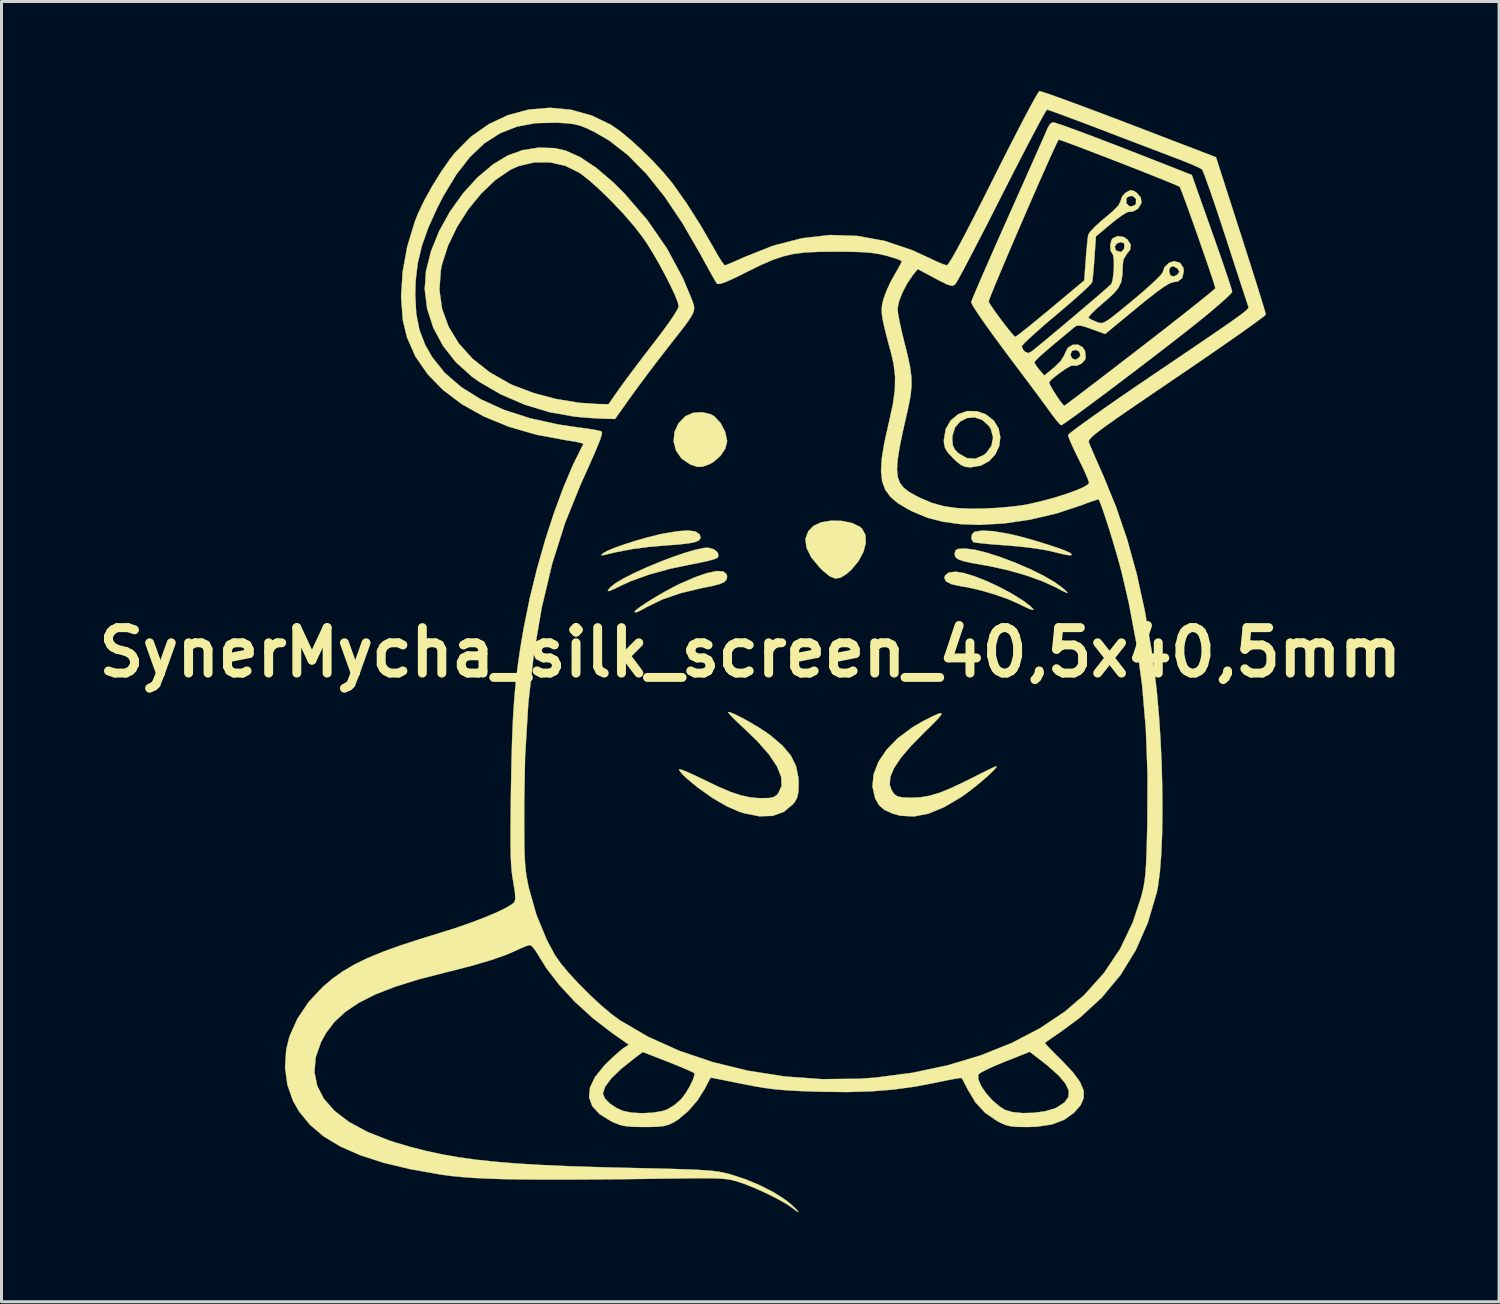
<source format=kicad_pcb>
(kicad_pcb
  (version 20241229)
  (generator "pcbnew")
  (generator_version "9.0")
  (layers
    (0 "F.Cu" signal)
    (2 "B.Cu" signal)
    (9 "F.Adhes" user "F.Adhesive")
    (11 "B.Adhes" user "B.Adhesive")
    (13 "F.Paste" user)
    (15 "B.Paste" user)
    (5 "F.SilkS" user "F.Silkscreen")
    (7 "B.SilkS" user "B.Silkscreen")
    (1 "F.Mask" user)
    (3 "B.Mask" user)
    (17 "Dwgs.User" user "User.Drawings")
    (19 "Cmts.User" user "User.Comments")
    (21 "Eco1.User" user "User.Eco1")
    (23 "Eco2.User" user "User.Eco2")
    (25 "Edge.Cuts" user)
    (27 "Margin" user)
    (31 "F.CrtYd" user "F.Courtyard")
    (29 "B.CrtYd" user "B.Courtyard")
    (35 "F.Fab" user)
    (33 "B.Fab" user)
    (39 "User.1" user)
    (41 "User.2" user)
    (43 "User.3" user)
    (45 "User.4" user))
  (footprint "SynerMycha_silk_screen_40,5x40,5mm"
    (layer "F.Cu")
    (at 22.105 18.828)
    (property "Reference" "SynerMycha_silk_screen_40,5x40,5mm" (at 0 0 0) (layer "F.SilkS") (effects (font (size 1.524 1.524) (thickness 0.3))))
    (attr through_hole)
    (fp_poly (pts (xy -1.324 -7.989) (xy -1.212 -7.924) (xy -0.995 -7.695) (xy -0.839 -7.395) (xy -0.776 -7.089) (xy -0.776 -7.079) (xy -0.838 -6.835) (xy -1.001 -6.591) (xy -1.234 -6.388) (xy -1.388 -6.305) (xy -1.602 -6.23) (xy -1.77 -6.224) (xy -1.967 -6.288) (xy -2.017 -6.309) (xy -2.302 -6.501) (xy -2.487 -6.764) (xy -2.568 -7.069) (xy -2.543 -7.386) (xy -2.409 -7.684) (xy -2.175 -7.925) (xy -1.917 -8.037) (xy -1.612 -8.058) (xy -1.324 -7.989)) (stroke (width 0.01) (type solid)) (fill yes) (layer "F.SilkS"))
    (fp_poly (pts (xy 3.062 -4.414) (xy 3.398 -4.347) (xy 3.667 -4.222) (xy 3.743 -4.159) (xy 3.861 -3.948) (xy 3.875 -3.678) (xy 3.795 -3.375) (xy 3.629 -3.065) (xy 3.387 -2.774) (xy 3.218 -2.627) (xy 3.023 -2.507) (xy 2.846 -2.482) (xy 2.659 -2.56) (xy 2.432 -2.746) (xy 2.337 -2.84) (xy 2.046 -3.189) (xy 1.884 -3.515) (xy 1.849 -3.811) (xy 1.945 -4.069) (xy 2.118 -4.245) (xy 2.376 -4.366) (xy 2.706 -4.421) (xy 3.062 -4.414)) (stroke (width 0.01) (type solid)) (fill yes) (layer "F.SilkS"))
    (fp_poly (pts (xy 6.888 -2.709) (xy 7.166 -2.665) (xy 7.526 -2.554) (xy 7.937 -2.391) (xy 8.365 -2.191) (xy 8.779 -1.969) (xy 9.145 -1.74) (xy 9.356 -1.583) (xy 9.481 -1.468) (xy 9.487 -1.425) (xy 9.378 -1.454) (xy 9.157 -1.555) (xy 9.017 -1.625) (xy 8.659 -1.784) (xy 8.216 -1.941) (xy 7.744 -2.08) (xy 7.296 -2.184) (xy 7.079 -2.22) (xy 6.755 -2.287) (xy 6.563 -2.383) (xy 6.505 -2.505) (xy 6.536 -2.589) (xy 6.658 -2.684) (xy 6.88 -2.709) (xy 6.888 -2.709)) (stroke (width 0.01) (type solid)) (fill yes) (layer "F.SilkS"))
    (fp_poly (pts (xy -1.833 -4.058) (xy -1.702 -3.966) (xy -1.697 -3.959) (xy -1.665 -3.854) (xy -1.703 -3.773) (xy -1.826 -3.711) (xy -2.048 -3.663) (xy -2.385 -3.624) (xy -2.783 -3.594) (xy -3.405 -3.541) (xy -3.953 -3.469) (xy -4.494 -3.366) (xy -4.868 -3.278) (xy -4.987 -3.255) (xy -4.982 -3.283) (xy -4.919 -3.338) (xy -4.778 -3.416) (xy -4.53 -3.518) (xy -4.208 -3.632) (xy -3.842 -3.748) (xy -3.463 -3.857) (xy -3.103 -3.947) (xy -2.949 -3.981) (xy -2.453 -4.066) (xy -2.083 -4.092) (xy -1.833 -4.058)) (stroke (width 0.01) (type solid)) (fill yes) (layer "F.SilkS"))
    (fp_poly (pts (xy -0.903 -2.719) (xy -0.79 -2.623) (xy -0.776 -2.545) (xy -0.796 -2.445) (xy -0.87 -2.367) (xy -1.018 -2.299) (xy -1.264 -2.233) (xy -1.626 -2.16) (xy -1.649 -2.155) (xy -2.333 -1.992) (xy -2.96 -1.775) (xy -3.48 -1.52) (xy -3.71 -1.394) (xy -3.838 -1.343) (xy -3.88 -1.363) (xy -3.881 -1.366) (xy -3.823 -1.432) (xy -3.666 -1.549) (xy -3.437 -1.7) (xy -3.162 -1.869) (xy -2.866 -2.04) (xy -2.575 -2.197) (xy -2.377 -2.296) (xy -1.864 -2.521) (xy -1.445 -2.667) (xy -1.122 -2.733) (xy -0.903 -2.719)) (stroke (width 0.01) (type solid)) (fill yes) (layer "F.SilkS"))
    (fp_poly (pts (xy -1.212 -3.459) (xy -1.092 -3.356) (xy -1.065 -3.236) (xy -1.102 -3.174) (xy -1.199 -3.132) (xy -1.403 -3.075) (xy -1.685 -3.013) (xy -1.964 -2.959) (xy -2.716 -2.802) (xy -3.411 -2.608) (xy -4.017 -2.388) (xy -4.32 -2.249) (xy -4.58 -2.122) (xy -4.729 -2.062) (xy -4.778 -2.066) (xy -4.739 -2.133) (xy -4.694 -2.184) (xy -4.524 -2.321) (xy -4.247 -2.486) (xy -3.889 -2.667) (xy -3.477 -2.854) (xy -3.038 -3.037) (xy -2.598 -3.205) (xy -2.184 -3.346) (xy -1.822 -3.451) (xy -1.539 -3.509) (xy -1.398 -3.514) (xy -1.212 -3.459)) (stroke (width 0.01) (type solid)) (fill yes) (layer "F.SilkS"))
    (fp_poly (pts (xy 7.232 -3.484) (xy 7.549 -3.442) (xy 7.954 -3.34) (xy 8.416 -3.19) (xy 8.903 -3.005) (xy 9.384 -2.797) (xy 9.826 -2.579) (xy 10.198 -2.364) (xy 10.442 -2.188) (xy 10.59 -2.059) (xy 10.641 -1.999) (xy 10.59 -2.009) (xy 10.428 -2.087) (xy 10.231 -2.191) (xy 9.781 -2.396) (xy 9.233 -2.591) (xy 8.628 -2.763) (xy 8.009 -2.899) (xy 7.832 -2.93) (xy 7.434 -3) (xy 7.156 -3.061) (xy 6.98 -3.121) (xy 6.886 -3.19) (xy 6.854 -3.274) (xy 6.857 -3.339) (xy 6.887 -3.43) (xy 6.967 -3.474) (xy 7.135 -3.485) (xy 7.232 -3.484)) (stroke (width 0.01) (type solid)) (fill yes) (layer "F.SilkS"))
    (fp_poly (pts (xy 8.137 -4.069) (xy 8.63 -3.987) (xy 8.664 -3.98) (xy 8.958 -3.913) (xy 9.298 -3.822) (xy 9.657 -3.718) (xy 10.006 -3.609) (xy 10.319 -3.505) (xy 10.567 -3.413) (xy 10.723 -3.342) (xy 10.761 -3.313) (xy 10.773 -3.271) (xy 10.725 -3.257) (xy 10.599 -3.274) (xy 10.373 -3.325) (xy 10.089 -3.395) (xy 9.815 -3.45) (xy 9.445 -3.505) (xy 9.027 -3.554) (xy 8.605 -3.591) (xy 8.555 -3.595) (xy 8.189 -3.621) (xy 7.873 -3.649) (xy 7.633 -3.676) (xy 7.497 -3.698) (xy 7.479 -3.704) (xy 7.413 -3.813) (xy 7.43 -3.954) (xy 7.519 -4.049) (xy 7.52 -4.049) (xy 7.766 -4.089) (xy 8.137 -4.069)) (stroke (width 0.01) (type solid)) (fill yes) (layer "F.SilkS"))
    (fp_poly (pts (xy 7.602 -8.091) (xy 7.898 -7.985) (xy 8.168 -7.774) (xy 8.327 -7.51) (xy 8.384 -7.218) (xy 8.346 -6.922) (xy 8.22 -6.649) (xy 8.013 -6.422) (xy 7.732 -6.267) (xy 7.385 -6.209) (xy 7.383 -6.209) (xy 7.205 -6.226) (xy 7.052 -6.295) (xy 6.877 -6.441) (xy 6.799 -6.517) (xy 6.623 -6.706) (xy 6.53 -6.855) (xy 6.495 -7.015) (xy 6.491 -7.134) (xy 6.498 -7.171) (xy 6.773 -7.171) (xy 6.791 -6.949) (xy 6.865 -6.797) (xy 6.99 -6.674) (xy 7.267 -6.518) (xy 7.551 -6.501) (xy 7.828 -6.623) (xy 7.908 -6.687) (xy 8.086 -6.931) (xy 8.14 -7.212) (xy 8.065 -7.495) (xy 8 -7.598) (xy 7.778 -7.799) (xy 7.523 -7.884) (xy 7.267 -7.863) (xy 7.037 -7.745) (xy 6.864 -7.541) (xy 6.778 -7.261) (xy 6.773 -7.171) (xy 6.498 -7.171) (xy 6.552 -7.492) (xy 6.719 -7.781) (xy 6.965 -7.987) (xy 7.268 -8.096) (xy 7.602 -8.091)) (stroke (width 0.01) (type solid)) (fill yes) (layer "F.SilkS"))
    (fp_poly (pts (xy 6.399 2.09) (xy 6.282 2.233) (xy 6.056 2.462) (xy 5.871 2.642) (xy 5.403 3.116) (xy 5.053 3.525) (xy 4.818 3.877) (xy 4.694 4.178) (xy 4.677 4.433) (xy 4.731 4.595) (xy 4.819 4.736) (xy 4.926 4.817) (xy 5.09 4.856) (xy 5.35 4.867) (xy 5.402 4.867) (xy 5.708 4.853) (xy 6.008 4.802) (xy 6.331 4.707) (xy 6.706 4.556) (xy 7.159 4.343) (xy 7.38 4.233) (xy 7.691 4.076) (xy 7.955 3.946) (xy 8.147 3.854) (xy 8.243 3.811) (xy 8.249 3.81) (xy 8.247 3.85) (xy 8.154 3.957) (xy 7.992 4.112) (xy 7.783 4.297) (xy 7.547 4.492) (xy 7.306 4.679) (xy 7.082 4.839) (xy 7.077 4.843) (xy 6.498 5.185) (xy 5.97 5.403) (xy 5.483 5.497) (xy 5.029 5.471) (xy 4.779 5.402) (xy 4.5 5.277) (xy 4.317 5.12) (xy 4.189 4.894) (xy 4.187 4.888) (xy 4.096 4.495) (xy 4.135 4.084) (xy 4.296 3.667) (xy 4.571 3.257) (xy 4.953 2.867) (xy 5.435 2.509) (xy 5.761 2.318) (xy 6.089 2.149) (xy 6.304 2.052) (xy 6.407 2.031) (xy 6.399 2.09)) (stroke (width 0.01) (type solid)) (fill yes) (layer "F.SilkS"))
    (fp_poly (pts (xy -0.669 2.006) (xy -0.499 2.078) (xy -0.267 2.195) (xy -0.001 2.343) (xy 0.271 2.505) (xy 0.521 2.666) (xy 0.67 2.772) (xy 1.078 3.118) (xy 1.362 3.455) (xy 1.536 3.81) (xy 1.615 4.204) (xy 1.623 4.401) (xy 1.614 4.67) (xy 1.578 4.851) (xy 1.501 4.997) (xy 1.432 5.084) (xy 1.129 5.34) (xy 0.753 5.476) (xy 0.303 5.491) (xy -0.22 5.385) (xy -0.371 5.337) (xy -0.79 5.154) (xy -1.259 4.882) (xy -1.74 4.542) (xy -2.114 4.235) (xy -2.274 4.082) (xy -2.371 3.964) (xy -2.386 3.915) (xy -2.31 3.928) (xy -2.135 3.995) (xy -1.886 4.106) (xy -1.589 4.248) (xy -1.577 4.254) (xy -1.082 4.493) (xy -0.677 4.666) (xy -0.337 4.782) (xy -0.031 4.85) (xy 0.266 4.88) (xy 0.36 4.882) (xy 0.614 4.879) (xy 0.772 4.851) (xy 0.877 4.786) (xy 0.937 4.721) (xy 1.051 4.472) (xy 1.037 4.171) (xy 0.896 3.819) (xy 0.629 3.419) (xy 0.238 2.974) (xy -0.115 2.632) (xy -0.362 2.401) (xy -0.562 2.206) (xy -0.697 2.065) (xy -0.749 1.998) (xy -0.748 1.995) (xy -0.669 2.006)) (stroke (width 0.01) (type solid)) (fill yes) (layer "F.SilkS"))
    (fp_poly (pts (xy -6.559 -16.912) (xy -6.194 -16.83) (xy -5.703 -16.61) (xy -5.173 -16.258) (xy -4.609 -15.778) (xy -4.225 -15.398) (xy -3.452 -14.502) (xy -2.794 -13.549) (xy -2.259 -12.554) (xy -1.998 -11.933) (xy -1.937 -11.776) (xy -1.895 -11.651) (xy -1.879 -11.541) (xy -1.899 -11.427) (xy -1.963 -11.291) (xy -2.078 -11.113) (xy -2.255 -10.876) (xy -2.5 -10.562) (xy -2.787 -10.195) (xy -3.083 -9.813) (xy -3.398 -9.398) (xy -3.699 -8.994) (xy -3.955 -8.644) (xy -4.019 -8.555) (xy -4.533 -7.832) (xy -4.93 -7.841) (xy -5.204 -7.854) (xy -5.546 -7.878) (xy -5.882 -7.909) (xy -5.891 -7.91) (xy -6.722 -8.055) (xy -7.56 -8.309) (xy -8.364 -8.656) (xy -9.094 -9.08) (xy -9.328 -9.246) (xy -9.865 -9.728) (xy -10.3 -10.28) (xy -10.626 -10.885) (xy -10.833 -11.525) (xy -10.912 -12.158) (xy -10.422 -12.158) (xy -10.333 -11.526) (xy -10.115 -10.925) (xy -9.773 -10.364) (xy -9.313 -9.853) (xy -8.74 -9.399) (xy -8.06 -9.012) (xy -7.946 -8.959) (xy -7.267 -8.702) (xy -6.515 -8.502) (xy -5.749 -8.375) (xy -5.146 -8.333) (xy -4.753 -8.326) (xy -4.396 -8.837) (xy -4.232 -9.064) (xy -4.004 -9.372) (xy -3.734 -9.73) (xy -3.444 -10.109) (xy -3.218 -10.402) (xy -2.95 -10.755) (xy -2.721 -11.071) (xy -2.544 -11.331) (xy -2.433 -11.518) (xy -2.399 -11.606) (xy -2.434 -11.754) (xy -2.53 -11.995) (xy -2.675 -12.305) (xy -2.854 -12.657) (xy -3.054 -13.027) (xy -3.261 -13.387) (xy -3.463 -13.712) (xy -3.603 -13.917) (xy -3.89 -14.289) (xy -4.239 -14.693) (xy -4.621 -15.1) (xy -5.009 -15.482) (xy -5.374 -15.811) (xy -5.689 -16.058) (xy -5.733 -16.087) (xy -6.201 -16.319) (xy -6.718 -16.434) (xy -7.251 -16.432) (xy -7.765 -16.311) (xy -8.041 -16.187) (xy -8.539 -15.848) (xy -9.016 -15.396) (xy -9.454 -14.86) (xy -9.832 -14.266) (xy -10.132 -13.644) (xy -10.333 -13.021) (xy -10.376 -12.813) (xy -10.422 -12.158) (xy -10.912 -12.158) (xy -10.915 -12.182) (xy -10.874 -12.78) (xy -10.705 -13.454) (xy -10.431 -14.131) (xy -10.068 -14.786) (xy -9.633 -15.393) (xy -9.144 -15.93) (xy -8.618 -16.372) (xy -8.136 -16.663) (xy -7.634 -16.845) (xy -7.092 -16.929) (xy -6.559 -16.912)) (stroke (width 0.01) (type solid)) (fill yes) (layer "F.SilkS"))
    (fp_poly (pts (xy 10.244 -17.754) (xy 10.468 -17.679) (xy 10.803 -17.559) (xy 11.239 -17.397) (xy 11.767 -17.198) (xy 12.375 -16.964) (xy 13.055 -16.699) (xy 13.559 -16.501) (xy 14.805 -16.011) (xy 14.91 -15.713) (xy 14.963 -15.563) (xy 15.055 -15.303) (xy 15.178 -14.955) (xy 15.324 -14.543) (xy 15.485 -14.089) (xy 15.586 -13.805) (xy 15.745 -13.352) (xy 15.887 -12.939) (xy 16.006 -12.587) (xy 16.095 -12.316) (xy 16.146 -12.144) (xy 16.157 -12.094) (xy 16.104 -12.023) (xy 15.956 -11.879) (xy 15.728 -11.676) (xy 15.437 -11.428) (xy 15.098 -11.15) (xy 14.942 -11.024) (xy 14.591 -10.747) (xy 14.19 -10.434) (xy 13.753 -10.096) (xy 13.293 -9.743) (xy 12.825 -9.386) (xy 12.361 -9.035) (xy 11.917 -8.7) (xy 11.505 -8.393) (xy 11.14 -8.123) (xy 10.836 -7.9) (xy 10.605 -7.736) (xy 10.463 -7.641) (xy 10.424 -7.621) (xy 10.361 -7.674) (xy 10.241 -7.816) (xy 10.086 -8.02) (xy 10.036 -8.089) (xy 9.876 -8.31) (xy 9.654 -8.612) (xy 9.394 -8.961) (xy 9.12 -9.327) (xy 8.976 -9.518) (xy 8.533 -10.109) (xy 8.157 -10.619) (xy 7.853 -11.042) (xy 7.625 -11.372) (xy 7.477 -11.604) (xy 7.411 -11.732) (xy 7.408 -11.748) (xy 7.415 -11.765) (xy 7.992 -11.765) (xy 7.992 -11.764) (xy 8.052 -11.66) (xy 8.17 -11.486) (xy 8.326 -11.271) (xy 8.496 -11.044) (xy 8.658 -10.836) (xy 8.791 -10.675) (xy 8.873 -10.59) (xy 8.885 -10.583) (xy 8.951 -10.627) (xy 9.109 -10.747) (xy 9.341 -10.933) (xy 9.63 -11.169) (xy 9.962 -11.442) (xy 10.066 -11.529) (xy 11.198 -12.475) (xy 11.248 -13.169) (xy 11.273 -13.484) (xy 11.299 -13.757) (xy 11.322 -13.95) (xy 11.333 -14.01) (xy 11.401 -14.116) (xy 11.556 -14.279) (xy 11.769 -14.472) (xy 11.892 -14.574) (xy 12.175 -14.814) (xy 12.346 -14.994) (xy 12.382 -15.063) (xy 12.608 -15.063) (xy 12.708 -14.968) (xy 12.772 -14.958) (xy 12.896 -15) (xy 12.931 -15.046) (xy 12.933 -15.206) (xy 12.834 -15.3) (xy 12.769 -15.311) (xy 12.645 -15.268) (xy 12.61 -15.222) (xy 12.608 -15.063) (xy 12.382 -15.063) (xy 12.415 -15.125) (xy 12.417 -15.15) (xy 12.476 -15.307) (xy 12.594 -15.423) (xy 12.732 -15.498) (xy 12.841 -15.485) (xy 12.947 -15.423) (xy 13.093 -15.26) (xy 13.115 -15.072) (xy 13.013 -14.897) (xy 12.95 -14.847) (xy 12.803 -14.78) (xy 12.704 -14.779) (xy 12.623 -14.755) (xy 12.462 -14.657) (xy 12.249 -14.5) (xy 12.11 -14.388) (xy 11.588 -13.952) (xy 11.54 -13.238) (xy 11.517 -12.924) (xy 11.493 -12.656) (xy 11.471 -12.47) (xy 11.46 -12.411) (xy 11.398 -12.334) (xy 11.243 -12.182) (xy 11.012 -11.971) (xy 10.722 -11.715) (xy 10.387 -11.429) (xy 10.264 -11.326) (xy 9.921 -11.036) (xy 9.619 -10.771) (xy 9.372 -10.548) (xy 9.196 -10.38) (xy 9.109 -10.281) (xy 9.102 -10.266) (xy 9.151 -10.15) (xy 9.207 -10.089) (xy 9.318 -10.038) (xy 9.437 -10.098) (xy 9.6 -10.229) (xy 9.833 -10.421) (xy 10.118 -10.658) (xy 10.437 -10.925) (xy 10.772 -11.207) (xy 11.104 -11.488) (xy 11.417 -11.755) (xy 11.692 -11.99) (xy 11.911 -12.18) (xy 12.055 -12.308) (xy 12.107 -12.359) (xy 12.148 -12.488) (xy 12.177 -12.694) (xy 12.191 -12.931) (xy 12.19 -13.152) (xy 12.17 -13.313) (xy 12.144 -13.365) (xy 12.082 -13.474) (xy 12.072 -13.608) (xy 12.221 -13.608) (xy 12.251 -13.498) (xy 12.284 -13.47) (xy 12.43 -13.428) (xy 12.523 -13.516) (xy 12.546 -13.605) (xy 12.531 -13.726) (xy 12.42 -13.758) (xy 12.286 -13.712) (xy 12.221 -13.608) (xy 12.072 -13.608) (xy 12.069 -13.646) (xy 12.105 -13.815) (xy 12.15 -13.885) (xy 12.317 -13.964) (xy 12.517 -13.933) (xy 12.642 -13.853) (xy 12.757 -13.679) (xy 12.733 -13.498) (xy 12.629 -13.37) (xy 12.512 -13.173) (xy 12.488 -12.989) (xy 12.477 -12.667) (xy 12.436 -12.426) (xy 12.344 -12.227) (xy 12.182 -12.032) (xy 11.93 -11.804) (xy 11.842 -11.729) (xy 11.616 -11.532) (xy 11.446 -11.367) (xy 11.351 -11.254) (xy 11.34 -11.217) (xy 11.439 -11.161) (xy 11.605 -11.088) (xy 11.618 -11.083) (xy 11.699 -11.054) (xy 11.775 -11.046) (xy 11.863 -11.07) (xy 11.981 -11.137) (xy 12.147 -11.258) (xy 12.379 -11.443) (xy 12.696 -11.703) (xy 12.835 -11.818) (xy 13.152 -12.086) (xy 13.427 -12.33) (xy 13.643 -12.534) (xy 13.783 -12.681) (xy 13.829 -12.753) (xy 13.836 -12.772) (xy 14.041 -12.772) (xy 14.089 -12.639) (xy 14.204 -12.608) (xy 14.32 -12.673) (xy 14.386 -12.762) (xy 14.343 -12.85) (xy 14.309 -12.885) (xy 14.174 -12.957) (xy 14.073 -12.904) (xy 14.041 -12.772) (xy 13.836 -12.772) (xy 13.889 -12.922) (xy 14.034 -13.062) (xy 14.209 -13.123) (xy 14.214 -13.123) (xy 14.41 -13.066) (xy 14.518 -12.904) (xy 14.534 -12.771) (xy 14.483 -12.555) (xy 14.332 -12.439) (xy 14.184 -12.418) (xy 14.069 -12.382) (xy 13.88 -12.27) (xy 13.611 -12.076) (xy 13.252 -11.795) (xy 12.951 -11.549) (xy 11.898 -10.681) (xy 11.443 -10.846) (xy 11.191 -10.932) (xy 11.034 -10.966) (xy 10.934 -10.953) (xy 10.874 -10.915) (xy 10.775 -10.832) (xy 10.595 -10.682) (xy 10.361 -10.487) (xy 10.142 -10.305) (xy 9.897 -10.096) (xy 9.698 -9.918) (xy 9.567 -9.789) (xy 9.525 -9.733) (xy 9.567 -9.645) (xy 9.671 -9.505) (xy 9.691 -9.481) (xy 9.858 -9.287) (xy 10.181 -9.552) (xy 10.408 -9.774) (xy 10.536 -9.982) (xy 10.537 -9.983) (xy 10.736 -9.983) (xy 10.783 -9.868) (xy 10.894 -9.818) (xy 10.917 -9.82) (xy 11.035 -9.902) (xy 11.064 -9.967) (xy 11.032 -10.086) (xy 10.923 -10.146) (xy 10.799 -10.119) (xy 10.781 -10.104) (xy 10.736 -9.983) (xy 10.537 -9.983) (xy 10.55 -10.028) (xy 10.646 -10.216) (xy 10.806 -10.317) (xy 10.987 -10.324) (xy 11.147 -10.234) (xy 11.224 -10.11) (xy 11.248 -9.896) (xy 11.218 -9.807) (xy 11.101 -9.684) (xy 10.942 -9.613) (xy 10.805 -9.624) (xy 10.804 -9.625) (xy 10.727 -9.602) (xy 10.58 -9.515) (xy 10.398 -9.389) (xy 10.22 -9.254) (xy 10.081 -9.134) (xy 10.019 -9.058) (xy 10.019 -9.053) (xy 10.054 -8.964) (xy 10.143 -8.807) (xy 10.26 -8.622) (xy 10.38 -8.446) (xy 10.479 -8.318) (xy 10.529 -8.275) (xy 10.594 -8.32) (xy 10.759 -8.442) (xy 11.013 -8.634) (xy 11.344 -8.886) (xy 11.741 -9.189) (xy 12.192 -9.535) (xy 12.685 -9.915) (xy 13.087 -10.225) (xy 13.605 -10.625) (xy 14.086 -11) (xy 14.52 -11.341) (xy 14.896 -11.638) (xy 15.202 -11.883) (xy 15.427 -12.067) (xy 15.56 -12.18) (xy 15.593 -12.214) (xy 15.57 -12.302) (xy 15.508 -12.5) (xy 15.413 -12.784) (xy 15.293 -13.134) (xy 15.157 -13.527) (xy 15.013 -13.941) (xy 14.867 -14.353) (xy 14.728 -14.742) (xy 14.604 -15.085) (xy 14.502 -15.36) (xy 14.43 -15.544) (xy 14.397 -15.616) (xy 14.323 -15.652) (xy 14.138 -15.73) (xy 13.862 -15.843) (xy 13.514 -15.982) (xy 13.115 -16.141) (xy 12.682 -16.311) (xy 12.235 -16.485) (xy 11.794 -16.656) (xy 11.379 -16.815) (xy 11.007 -16.957) (xy 10.7 -17.072) (xy 10.475 -17.154) (xy 10.353 -17.194) (xy 10.337 -17.197) (xy 10.266 -17.056) (xy 10.153 -16.812) (xy 10.003 -16.482) (xy 9.825 -16.081) (xy 9.624 -15.627) (xy 9.41 -15.135) (xy 9.187 -14.623) (xy 8.964 -14.107) (xy 8.748 -13.604) (xy 8.546 -13.129) (xy 8.365 -12.699) (xy 8.211 -12.332) (xy 8.094 -12.043) (xy 8.018 -11.848) (xy 7.992 -11.765) (xy 7.415 -11.765) (xy 7.436 -11.827) (xy 7.516 -12.022) (xy 7.642 -12.319) (xy 7.808 -12.703) (xy 8.009 -13.161) (xy 8.237 -13.68) (xy 8.488 -14.246) (xy 8.651 -14.611) (xy 8.916 -15.204) (xy 9.165 -15.763) (xy 9.392 -16.273) (xy 9.591 -16.721) (xy 9.755 -17.091) (xy 9.877 -17.369) (xy 9.952 -17.541) (xy 9.972 -17.586) (xy 10.055 -17.725) (xy 10.141 -17.78) (xy 10.244 -17.754)) (stroke (width 0.01) (type solid)) (fill yes) (layer "F.SilkS"))
    (fp_poly (pts (xy 9.775 -18.803) (xy 9.975 -18.737) (xy 10.28 -18.63) (xy 10.674 -18.486) (xy 11.145 -18.313) (xy 11.679 -18.113) (xy 12.262 -17.892) (xy 12.698 -17.726) (xy 15.615 -16.607) (xy 16.45 -14.01) (xy 16.636 -13.43) (xy 16.807 -12.892) (xy 16.96 -12.409) (xy 17.088 -11.998) (xy 17.188 -11.672) (xy 17.255 -11.448) (xy 17.284 -11.34) (xy 17.285 -11.333) (xy 17.228 -11.279) (xy 17.064 -11.154) (xy 16.806 -10.966) (xy 16.464 -10.722) (xy 16.048 -10.431) (xy 15.57 -10.099) (xy 15.041 -9.735) (xy 14.471 -9.347) (xy 14.289 -9.223) (xy 13.619 -8.768) (xy 13.057 -8.385) (xy 12.594 -8.068) (xy 12.22 -7.808) (xy 11.927 -7.6) (xy 11.706 -7.437) (xy 11.547 -7.312) (xy 11.441 -7.218) (xy 11.379 -7.147) (xy 11.351 -7.095) (xy 11.35 -7.053) (xy 11.355 -7.036) (xy 11.404 -6.917) (xy 11.499 -6.697) (xy 11.628 -6.403) (xy 11.777 -6.064) (xy 11.838 -5.927) (xy 12.268 -4.873) (xy 12.639 -3.784) (xy 12.957 -2.637) (xy 13.226 -1.408) (xy 13.454 -0.076) (xy 13.544 0.559) (xy 13.63 1.297) (xy 13.7 2.087) (xy 13.755 2.909) (xy 13.793 3.743) (xy 13.814 4.569) (xy 13.819 5.365) (xy 13.807 6.113) (xy 13.778 6.791) (xy 13.731 7.379) (xy 13.667 7.857) (xy 13.629 8.043) (xy 13.331 9.054) (xy 12.929 9.972) (xy 12.418 10.806) (xy 11.791 11.563) (xy 11.044 12.25) (xy 10.354 12.756) (xy 10.134 12.905) (xy 9.967 13.023) (xy 9.883 13.089) (xy 9.878 13.095) (xy 9.925 13.151) (xy 10.053 13.284) (xy 10.243 13.476) (xy 10.47 13.702) (xy 10.824 14.08) (xy 11.058 14.401) (xy 11.176 14.683) (xy 11.18 14.937) (xy 11.074 15.179) (xy 10.861 15.423) (xy 10.854 15.431) (xy 10.52 15.669) (xy 10.112 15.823) (xy 9.609 15.898) (xy 9.313 15.908) (xy 8.987 15.905) (xy 8.757 15.888) (xy 8.579 15.849) (xy 8.409 15.777) (xy 8.268 15.702) (xy 7.87 15.429) (xy 7.553 15.086) (xy 7.294 14.655) (xy 7.191 14.454) (xy 7.115 14.31) (xy 7.087 14.263) (xy 7.014 14.268) (xy 6.831 14.298) (xy 6.564 14.349) (xy 6.241 14.416) (xy 6.224 14.42) (xy 5.503 14.557) (xy 4.793 14.654) (xy 4.06 14.712) (xy 3.265 14.736) (xy 2.374 14.726) (xy 2.258 14.723) (xy 1.705 14.704) (xy 1.255 14.68) (xy 0.87 14.648) (xy 0.512 14.603) (xy 0.142 14.542) (xy -0.247 14.467) (xy -0.613 14.393) (xy -0.927 14.33) (xy -1.164 14.283) (xy -1.299 14.256) (xy -1.322 14.252) (xy -1.359 14.31) (xy -1.44 14.459) (xy -1.523 14.623) (xy -1.767 15.013) (xy -2.081 15.375) (xy -2.425 15.665) (xy -2.575 15.757) (xy -2.734 15.831) (xy -2.906 15.877) (xy -3.13 15.901) (xy -3.444 15.908) (xy -3.565 15.908) (xy -3.909 15.903) (xy -4.156 15.884) (xy -4.351 15.844) (xy -4.539 15.774) (xy -4.675 15.71) (xy -5.056 15.474) (xy -5.299 15.207) (xy -5.405 14.909) (xy -5.394 14.792) (xy -4.939 14.792) (xy -4.877 14.946) (xy -4.714 15.116) (xy -4.483 15.271) (xy -4.269 15.367) (xy -3.984 15.426) (xy -3.63 15.446) (xy -3.262 15.427) (xy -2.938 15.371) (xy -2.784 15.319) (xy -2.547 15.175) (xy -2.329 14.986) (xy -2.297 14.95) (xy -2.158 14.761) (xy -2.028 14.542) (xy -1.926 14.333) (xy -1.872 14.171) (xy -1.873 14.105) (xy -1.947 14.063) (xy -2.126 13.982) (xy -2.386 13.873) (xy -2.7 13.746) (xy -2.753 13.725) (xy -3.604 13.393) (xy -3.866 13.588) (xy -4.328 13.958) (xy -4.66 14.277) (xy -4.863 14.549) (xy -4.938 14.773) (xy -4.939 14.792) (xy -5.394 14.792) (xy -5.374 14.583) (xy -5.204 14.23) (xy -4.897 13.851) (xy -4.846 13.798) (xy -4.625 13.585) (xy -4.422 13.401) (xy -4.271 13.277) (xy -4.24 13.256) (xy -4.07 13.15) (xy -4.636 12.754) (xy -5.275 12.262) (xy -5.872 11.718) (xy -6.403 11.146) (xy -6.843 10.574) (xy -7.096 10.163) (xy -7.217 9.97) (xy -7.328 9.84) (xy -7.387 9.807) (xy -7.502 9.837) (xy -7.69 9.915) (xy -7.816 9.975) (xy -8.192 10.138) (xy -8.696 10.313) (xy -9.316 10.496) (xy -10.04 10.683) (xy -10.216 10.726) (xy -11.127 10.961) (xy -11.907 11.204) (xy -12.567 11.461) (xy -13.118 11.739) (xy -13.571 12.042) (xy -13.935 12.378) (xy -14.221 12.751) (xy -14.393 13.064) (xy -14.572 13.578) (xy -14.612 14.068) (xy -14.518 14.533) (xy -14.291 14.969) (xy -13.933 15.373) (xy -13.448 15.742) (xy -12.836 16.073) (xy -12.101 16.362) (xy -11.886 16.431) (xy -11.374 16.581) (xy -10.862 16.712) (xy -10.336 16.825) (xy -9.782 16.922) (xy -9.186 17.005) (xy -8.533 17.074) (xy -7.81 17.133) (xy -7.003 17.181) (xy -6.096 17.221) (xy -5.077 17.254) (xy -3.934 17.282) (xy -3.233 17.297) (xy -2.657 17.312) (xy -2.189 17.326) (xy -1.814 17.341) (xy -1.515 17.359) (xy -1.276 17.379) (xy -1.081 17.404) (xy -0.914 17.434) (xy -0.758 17.47) (xy -0.67 17.493) (xy -0.17 17.656) (xy 0.332 17.866) (xy 0.795 18.104) (xy 1.18 18.351) (xy 1.341 18.479) (xy 1.515 18.642) (xy 1.605 18.739) (xy 1.606 18.762) (xy 1.512 18.701) (xy 1.411 18.622) (xy 1.196 18.477) (xy 0.888 18.305) (xy 0.525 18.123) (xy 0.147 17.953) (xy -0.208 17.812) (xy -0.318 17.774) (xy -0.458 17.729) (xy -0.588 17.693) (xy -0.725 17.666) (xy -0.887 17.647) (xy -1.091 17.634) (xy -1.356 17.628) (xy -1.698 17.627) (xy -2.136 17.63) (xy -2.686 17.637) (xy -3.069 17.642) (xy -4.23 17.657) (xy -5.26 17.667) (xy -6.17 17.672) (xy -6.97 17.672) (xy -7.67 17.666) (xy -8.28 17.655) (xy -8.812 17.638) (xy -9.275 17.615) (xy -9.679 17.585) (xy -10.035 17.549) (xy -10.353 17.507) (xy -10.357 17.506) (xy -11.396 17.322) (xy -12.304 17.105) (xy -13.088 16.85) (xy -13.755 16.555) (xy -14.312 16.217) (xy -14.765 15.831) (xy -15.123 15.394) (xy -15.327 15.04) (xy -15.519 14.499) (xy -15.597 13.91) (xy -15.559 13.311) (xy -15.452 12.879) (xy -15.187 12.284) (xy -14.805 11.714) (xy -14.328 11.206) (xy -14.324 11.202) (xy -14.003 10.932) (xy -13.661 10.689) (xy -13.281 10.465) (xy -12.845 10.251) (xy -12.336 10.04) (xy -11.736 9.823) (xy -11.027 9.592) (xy -10.471 9.422) (xy -9.916 9.248) (xy -9.391 9.066) (xy -8.915 8.885) (xy -8.508 8.714) (xy -8.188 8.559) (xy -7.975 8.428) (xy -7.908 8.368) (xy -7.878 8.258) (xy -7.89 8.042) (xy -7.944 7.706) (xy -7.947 7.685) (xy -7.978 7.504) (xy -8.002 7.306) (xy -8.019 7.076) (xy -8.031 6.796) (xy -8.037 6.449) (xy -8.038 6.019) (xy -8.034 5.488) (xy -8.027 4.84) (xy -8.022 4.551) (xy -8.006 3.657) (xy -7.984 2.879) (xy -7.954 2.195) (xy -7.914 1.578) (xy -7.863 1.006) (xy -7.798 0.455) (xy -7.718 -0.101) (xy -7.62 -0.686) (xy -7.578 -0.917) (xy -7.385 -1.859) (xy -7.149 -2.815) (xy -6.88 -3.76) (xy -6.585 -4.669) (xy -6.273 -5.516) (xy -5.952 -6.276) (xy -5.631 -6.924) (xy -5.593 -6.992) (xy -5.647 -7.019) (xy -5.81 -7.058) (xy -6.053 -7.1) (xy -6.175 -7.118) (xy -7.177 -7.305) (xy -8.097 -7.572) (xy -8.928 -7.912) (xy -9.663 -8.322) (xy -10.295 -8.797) (xy -10.817 -9.332) (xy -11.224 -9.921) (xy -11.508 -10.56) (xy -11.65 -11.148) (xy -11.707 -11.93) (xy -11.703 -11.994) (xy -11.233 -11.994) (xy -11.199 -11.362) (xy -11.092 -10.818) (xy -10.902 -10.32) (xy -10.667 -9.907) (xy -10.243 -9.377) (xy -9.695 -8.903) (xy -9.032 -8.489) (xy -8.261 -8.139) (xy -7.39 -7.856) (xy -6.426 -7.644) (xy -5.75 -7.545) (xy -5.447 -7.505) (xy -5.196 -7.464) (xy -5.031 -7.427) (xy -4.986 -7.408) (xy -4.972 -7.37) (xy -4.984 -7.29) (xy -5.027 -7.155) (xy -5.106 -6.952) (xy -5.227 -6.666) (xy -5.395 -6.285) (xy -5.616 -5.793) (xy -5.699 -5.609) (xy -6.212 -4.338) (xy -6.642 -2.974) (xy -6.99 -1.513) (xy -7.257 0.05) (xy -7.443 1.719) (xy -7.55 3.498) (xy -7.578 4.974) (xy -7.579 5.599) (xy -7.578 6.103) (xy -7.573 6.506) (xy -7.564 6.829) (xy -7.549 7.092) (xy -7.528 7.315) (xy -7.498 7.518) (xy -7.46 7.721) (xy -7.422 7.902) (xy -7.17 8.791) (xy -6.819 9.641) (xy -6.55 10.143) (xy -6.359 10.416) (xy -6.082 10.748) (xy -5.746 11.111) (xy -5.378 11.48) (xy -5.003 11.827) (xy -4.649 12.125) (xy -4.374 12.328) (xy -3.427 12.882) (xy -2.382 13.351) (xy -1.258 13.732) (xy -0.073 14.021) (xy 1.155 14.213) (xy 2.407 14.304) (xy 3.665 14.29) (xy 4.198 14.252) (xy 4.974 14.15) (xy 7.644 14.15) (xy 7.648 14.317) (xy 7.744 14.537) (xy 7.91 14.781) (xy 8.124 15.019) (xy 8.365 15.224) (xy 8.542 15.334) (xy 8.797 15.41) (xy 9.137 15.442) (xy 9.516 15.431) (xy 9.885 15.38) (xy 10.198 15.29) (xy 10.281 15.252) (xy 10.533 15.086) (xy 10.666 14.902) (xy 10.68 14.694) (xy 10.57 14.455) (xy 10.336 14.178) (xy 9.975 13.856) (xy 9.789 13.709) (xy 9.37 13.386) (xy 8.525 13.722) (xy 8.204 13.855) (xy 7.933 13.979) (xy 7.739 14.079) (xy 7.647 14.145) (xy 7.644 14.15) (xy 4.974 14.15) (xy 5.437 14.09) (xy 6.62 13.839) (xy 7.734 13.504) (xy 8.767 13.09) (xy 9.708 12.6) (xy 10.544 12.041) (xy 11.199 11.48) (xy 11.857 10.748) (xy 12.397 9.941) (xy 12.822 9.053) (xy 13.092 8.241) (xy 13.148 8.03) (xy 13.191 7.833) (xy 13.225 7.629) (xy 13.25 7.394) (xy 13.27 7.107) (xy 13.286 6.746) (xy 13.299 6.288) (xy 13.313 5.715) (xy 13.319 4.088) (xy 13.262 2.563) (xy 13.139 1.11) (xy 12.949 -0.296) (xy 12.687 -1.683) (xy 12.454 -2.681) (xy 12.37 -2.999) (xy 12.266 -3.364) (xy 12.151 -3.752) (xy 12.033 -4.136) (xy 11.919 -4.491) (xy 11.818 -4.791) (xy 11.737 -5.012) (xy 11.686 -5.127) (xy 11.68 -5.135) (xy 11.61 -5.12) (xy 11.441 -5.065) (xy 11.204 -4.978) (xy 11.105 -4.94) (xy 10.267 -4.663) (xy 9.389 -4.457) (xy 8.51 -4.327) (xy 7.668 -4.28) (xy 7.054 -4.304) (xy 6.458 -4.385) (xy 5.944 -4.518) (xy 5.457 -4.719) (xy 5.288 -4.806) (xy 4.959 -5.002) (xy 4.708 -5.21) (xy 4.531 -5.447) (xy 4.424 -5.728) (xy 4.384 -6.071) (xy 4.388 -6.146) (xy 4.92 -6.146) (xy 4.944 -5.89) (xy 5.016 -5.69) (xy 5.14 -5.529) (xy 5.317 -5.39) (xy 5.551 -5.258) (xy 5.706 -5.18) (xy 6.093 -5.017) (xy 6.486 -4.907) (xy 6.92 -4.844) (xy 7.43 -4.822) (xy 7.867 -4.829) (xy 8.274 -4.85) (xy 8.688 -4.885) (xy 9.058 -4.928) (xy 9.313 -4.971) (xy 9.757 -5.074) (xy 10.186 -5.19) (xy 10.578 -5.312) (xy 10.912 -5.432) (xy 11.167 -5.542) (xy 11.322 -5.635) (xy 11.359 -5.69) (xy 11.329 -5.79) (xy 11.247 -5.985) (xy 11.127 -6.246) (xy 11.007 -6.491) (xy 10.864 -6.783) (xy 10.749 -7.034) (xy 10.675 -7.214) (xy 10.654 -7.288) (xy 10.711 -7.346) (xy 10.873 -7.473) (xy 11.13 -7.663) (xy 11.469 -7.907) (xy 11.879 -8.196) (xy 12.348 -8.522) (xy 12.866 -8.877) (xy 13.353 -9.208) (xy 14.066 -9.691) (xy 14.671 -10.101) (xy 15.177 -10.445) (xy 15.593 -10.728) (xy 15.926 -10.958) (xy 16.186 -11.139) (xy 16.382 -11.28) (xy 16.523 -11.385) (xy 16.616 -11.461) (xy 16.672 -11.515) (xy 16.698 -11.552) (xy 16.704 -11.58) (xy 16.698 -11.602) (xy 16.669 -11.687) (xy 16.602 -11.89) (xy 16.503 -12.194) (xy 16.376 -12.583) (xy 16.226 -13.041) (xy 16.061 -13.551) (xy 15.946 -13.904) (xy 15.771 -14.439) (xy 15.606 -14.932) (xy 15.458 -15.367) (xy 15.331 -15.728) (xy 15.233 -15.997) (xy 15.167 -16.159) (xy 15.145 -16.199) (xy 15.048 -16.255) (xy 14.85 -16.345) (xy 14.583 -16.456) (xy 14.358 -16.543) (xy 14.097 -16.642) (xy 13.731 -16.782) (xy 13.287 -16.951) (xy 12.791 -17.14) (xy 12.269 -17.339) (xy 11.831 -17.507) (xy 11.353 -17.689) (xy 10.917 -17.853) (xy 10.542 -17.993) (xy 10.244 -18.103) (xy 10.041 -18.175) (xy 9.951 -18.203) (xy 9.949 -18.203) (xy 9.905 -18.142) (xy 9.805 -17.968) (xy 9.655 -17.692) (xy 9.462 -17.327) (xy 9.232 -16.887) (xy 8.971 -16.383) (xy 8.687 -15.828) (xy 8.433 -15.328) (xy 8.132 -14.735) (xy 7.848 -14.178) (xy 7.586 -13.672) (xy 7.355 -13.228) (xy 7.161 -12.86) (xy 7.01 -12.582) (xy 6.911 -12.406) (xy 6.872 -12.347) (xy 6.809 -12.304) (xy 6.723 -12.301) (xy 6.588 -12.348) (xy 6.376 -12.451) (xy 6.19 -12.549) (xy 5.615 -12.857) (xy 5.452 -12.655) (xy 5.265 -12.382) (xy 5.103 -12.073) (xy 4.987 -11.774) (xy 4.939 -11.533) (xy 4.939 -11.518) (xy 4.957 -11.357) (xy 5.004 -11.096) (xy 5.075 -10.774) (xy 5.153 -10.456) (xy 5.277 -9.963) (xy 5.359 -9.569) (xy 5.402 -9.238) (xy 5.407 -8.936) (xy 5.377 -8.627) (xy 5.311 -8.276) (xy 5.259 -8.043) (xy 5.114 -7.405) (xy 5.008 -6.887) (xy 4.942 -6.472) (xy 4.92 -6.146) (xy 4.388 -6.146) (xy 4.407 -6.492) (xy 4.49 -7.008) (xy 4.629 -7.637) (xy 4.656 -7.748) (xy 4.782 -8.327) (xy 4.848 -8.817) (xy 4.856 -9.252) (xy 4.807 -9.671) (xy 4.726 -10.024) (xy 4.597 -10.502) (xy 4.504 -10.869) (xy 4.443 -11.146) (xy 4.412 -11.356) (xy 4.406 -11.524) (xy 4.422 -11.671) (xy 4.458 -11.822) (xy 4.471 -11.866) (xy 4.57 -12.135) (xy 4.713 -12.443) (xy 4.83 -12.656) (xy 4.956 -12.87) (xy 5.045 -13.036) (xy 5.08 -13.118) (xy 5.08 -13.118) (xy 5.017 -13.158) (xy 4.851 -13.22) (xy 4.615 -13.291) (xy 4.568 -13.304) (xy 4.334 -13.359) (xy 4.086 -13.397) (xy 3.794 -13.422) (xy 3.428 -13.436) (xy 2.957 -13.441) (xy 2.857 -13.441) (xy 2.297 -13.435) (xy 1.842 -13.413) (xy 1.455 -13.365) (xy 1.1 -13.283) (xy 0.742 -13.16) (xy 0.344 -12.986) (xy -0.131 -12.753) (xy -0.154 -12.741) (xy -0.538 -12.551) (xy -0.814 -12.427) (xy -0.995 -12.364) (xy -1.095 -12.356) (xy -1.118 -12.37) (xy -1.175 -12.46) (xy -1.284 -12.649) (xy -1.431 -12.913) (xy -1.602 -13.226) (xy -1.661 -13.335) (xy -2.264 -14.38) (xy -2.871 -15.284) (xy -3.483 -16.049) (xy -4.101 -16.675) (xy -4.725 -17.163) (xy -5.204 -17.442) (xy -5.482 -17.577) (xy -5.702 -17.664) (xy -5.912 -17.716) (xy -6.162 -17.745) (xy -6.503 -17.765) (xy -6.514 -17.765) (xy -7.203 -17.749) (xy -7.828 -17.631) (xy -8.397 -17.406) (xy -8.919 -17.068) (xy -9.402 -16.61) (xy -9.855 -16.026) (xy -10.287 -15.311) (xy -10.48 -14.937) (xy -10.789 -14.259) (xy -11.008 -13.645) (xy -11.149 -13.056) (xy -11.22 -12.455) (xy -11.233 -11.994) (xy -11.703 -11.994) (xy -11.656 -12.763) (xy -11.501 -13.613) (xy -11.247 -14.447) (xy -11.146 -14.705) (xy -10.94 -15.14) (xy -10.671 -15.626) (xy -10.37 -16.112) (xy -10.067 -16.547) (xy -9.904 -16.754) (xy -9.369 -17.292) (xy -8.768 -17.715) (xy -8.117 -18.02) (xy -7.43 -18.204) (xy -6.724 -18.265) (xy -6.015 -18.2) (xy -5.318 -18.006) (xy -4.668 -17.693) (xy -4.378 -17.491) (xy -4.03 -17.206) (xy -3.653 -16.863) (xy -3.276 -16.49) (xy -2.926 -16.114) (xy -2.633 -15.763) (xy -2.611 -15.734) (xy -2.146 -15.08) (xy -1.668 -14.328) (xy -1.207 -13.529) (xy -1.068 -13.285) (xy -0.949 -13.097) (xy -0.869 -12.994) (xy -0.852 -12.982) (xy -0.767 -13.01) (xy -0.586 -13.085) (xy -0.341 -13.193) (xy -0.203 -13.256) (xy 0.773 -13.643) (xy 1.728 -13.89) (xy 2.668 -13.999) (xy 3.596 -13.968) (xy 4.516 -13.798) (xy 5.432 -13.49) (xy 5.978 -13.239) (xy 6.23 -13.118) (xy 6.442 -13.028) (xy 6.576 -12.984) (xy 6.593 -12.982) (xy 6.652 -13.046) (xy 6.77 -13.234) (xy 6.945 -13.545) (xy 7.175 -13.975) (xy 7.458 -14.521) (xy 7.794 -15.182) (xy 8.151 -15.893) (xy 8.449 -16.487) (xy 8.731 -17.041) (xy 8.989 -17.543) (xy 9.217 -17.98) (xy 9.408 -18.338) (xy 9.556 -18.607) (xy 9.653 -18.773) (xy 9.693 -18.823) (xy 9.775 -18.803)) (stroke (width 0.01) (type solid)) (fill yes) (layer "F.SilkS")))
  (gr_rect
    (start -3 -3)
    (end 47.211 40.595)
    (stroke (width 0.1) (type default))
    (fill no)
    (layer "Edge.Cuts")))
</source>
